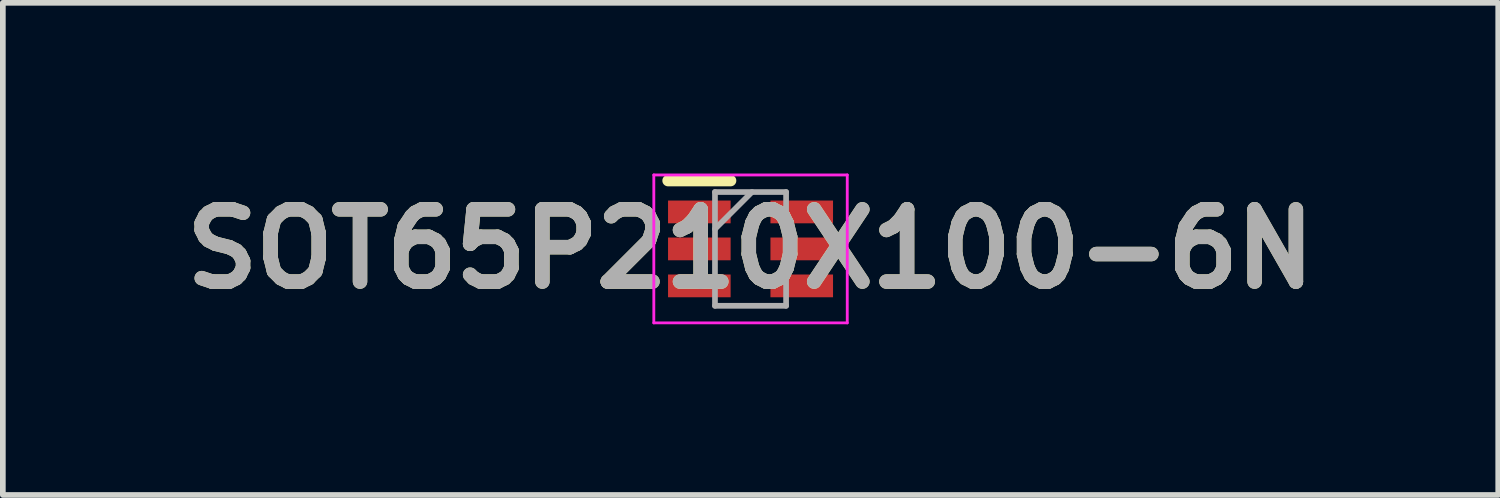
<source format=kicad_pcb>
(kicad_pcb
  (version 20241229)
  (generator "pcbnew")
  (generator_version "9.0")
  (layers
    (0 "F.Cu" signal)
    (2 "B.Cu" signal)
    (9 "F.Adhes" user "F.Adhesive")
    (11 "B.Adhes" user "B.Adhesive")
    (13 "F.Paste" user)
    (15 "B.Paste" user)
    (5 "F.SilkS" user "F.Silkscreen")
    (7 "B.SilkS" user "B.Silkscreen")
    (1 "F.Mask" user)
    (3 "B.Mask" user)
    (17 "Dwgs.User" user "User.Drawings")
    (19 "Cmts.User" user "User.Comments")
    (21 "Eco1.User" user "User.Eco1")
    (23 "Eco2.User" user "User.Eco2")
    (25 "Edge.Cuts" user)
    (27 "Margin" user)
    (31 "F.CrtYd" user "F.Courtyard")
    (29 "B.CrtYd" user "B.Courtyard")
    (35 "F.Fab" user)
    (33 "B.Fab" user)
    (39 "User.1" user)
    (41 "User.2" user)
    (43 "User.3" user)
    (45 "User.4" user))
  (footprint "SOT65P210X100-6N"
    (layer "F.Cu")
    (at 10.142 1.325)
    (property "Reference" "SOT65P210X100-6N" (at 0 0 0) (layer "F.SilkS") (effects (font (size 1.27 1.27) (thickness 0.254))))
    (attr smd)
    (fp_line (start -1.45 -1.2) (end -0.35 -1.2) (stroke (width 0.2) (type solid)) (layer "F.SilkS"))
    (fp_line (start -1.7 -1.3) (end 1.7 -1.3) (stroke (width 0.05) (type solid)) (layer "F.CrtYd"))
    (fp_line (start -1.7 1.3) (end -1.7 -1.3) (stroke (width 0.05) (type solid)) (layer "F.CrtYd"))
    (fp_line (start 1.7 -1.3) (end 1.7 1.3) (stroke (width 0.05) (type solid)) (layer "F.CrtYd"))
    (fp_line (start 1.7 1.3) (end -1.7 1.3) (stroke (width 0.05) (type solid)) (layer "F.CrtYd"))
    (fp_line (start -0.625 -1) (end 0.625 -1) (stroke (width 0.1) (type solid)) (layer "F.Fab"))
    (fp_line (start -0.625 -0.35) (end 0.025 -1) (stroke (width 0.1) (type solid)) (layer "F.Fab"))
    (fp_line (start -0.625 1) (end -0.625 -1) (stroke (width 0.1) (type solid)) (layer "F.Fab"))
    (fp_line (start 0.625 -1) (end 0.625 1) (stroke (width 0.1) (type solid)) (layer "F.Fab"))
    (fp_line (start 0.625 1) (end -0.625 1) (stroke (width 0.1) (type solid)) (layer "F.Fab"))
    (fp_text user "${REFERENCE}" (at 0 0 0) (layer "F.Fab") (effects (font (size 1.27 1.27) (thickness 0.254))))
    (pad "1" smd rect (at -0.9 -0.65 90) (size 0.4 1.1) (layers "F.Cu" "F.Mask" "F.Paste"))
    (pad "2" smd rect (at -0.9 0 90) (size 0.4 1.1) (layers "F.Cu" "F.Mask" "F.Paste"))
    (pad "3" smd rect (at -0.9 0.65 90) (size 0.4 1.1) (layers "F.Cu" "F.Mask" "F.Paste"))
    (pad "4" smd rect (at 0.9 0.65 90) (size 0.4 1.1) (layers "F.Cu" "F.Mask" "F.Paste"))
    (pad "5" smd rect (at 0.9 0 90) (size 0.4 1.1) (layers "F.Cu" "F.Mask" "F.Paste"))
    (pad "6" smd rect (at 0.9 -0.65 90) (size 0.4 1.1) (layers "F.Cu" "F.Mask" "F.Paste")))
  (gr_rect
    (start -3 -3)
    (end 23.284 5.65)
    (stroke (width 0.1) (type default))
    (fill no)
    (layer "Edge.Cuts")))
</source>
